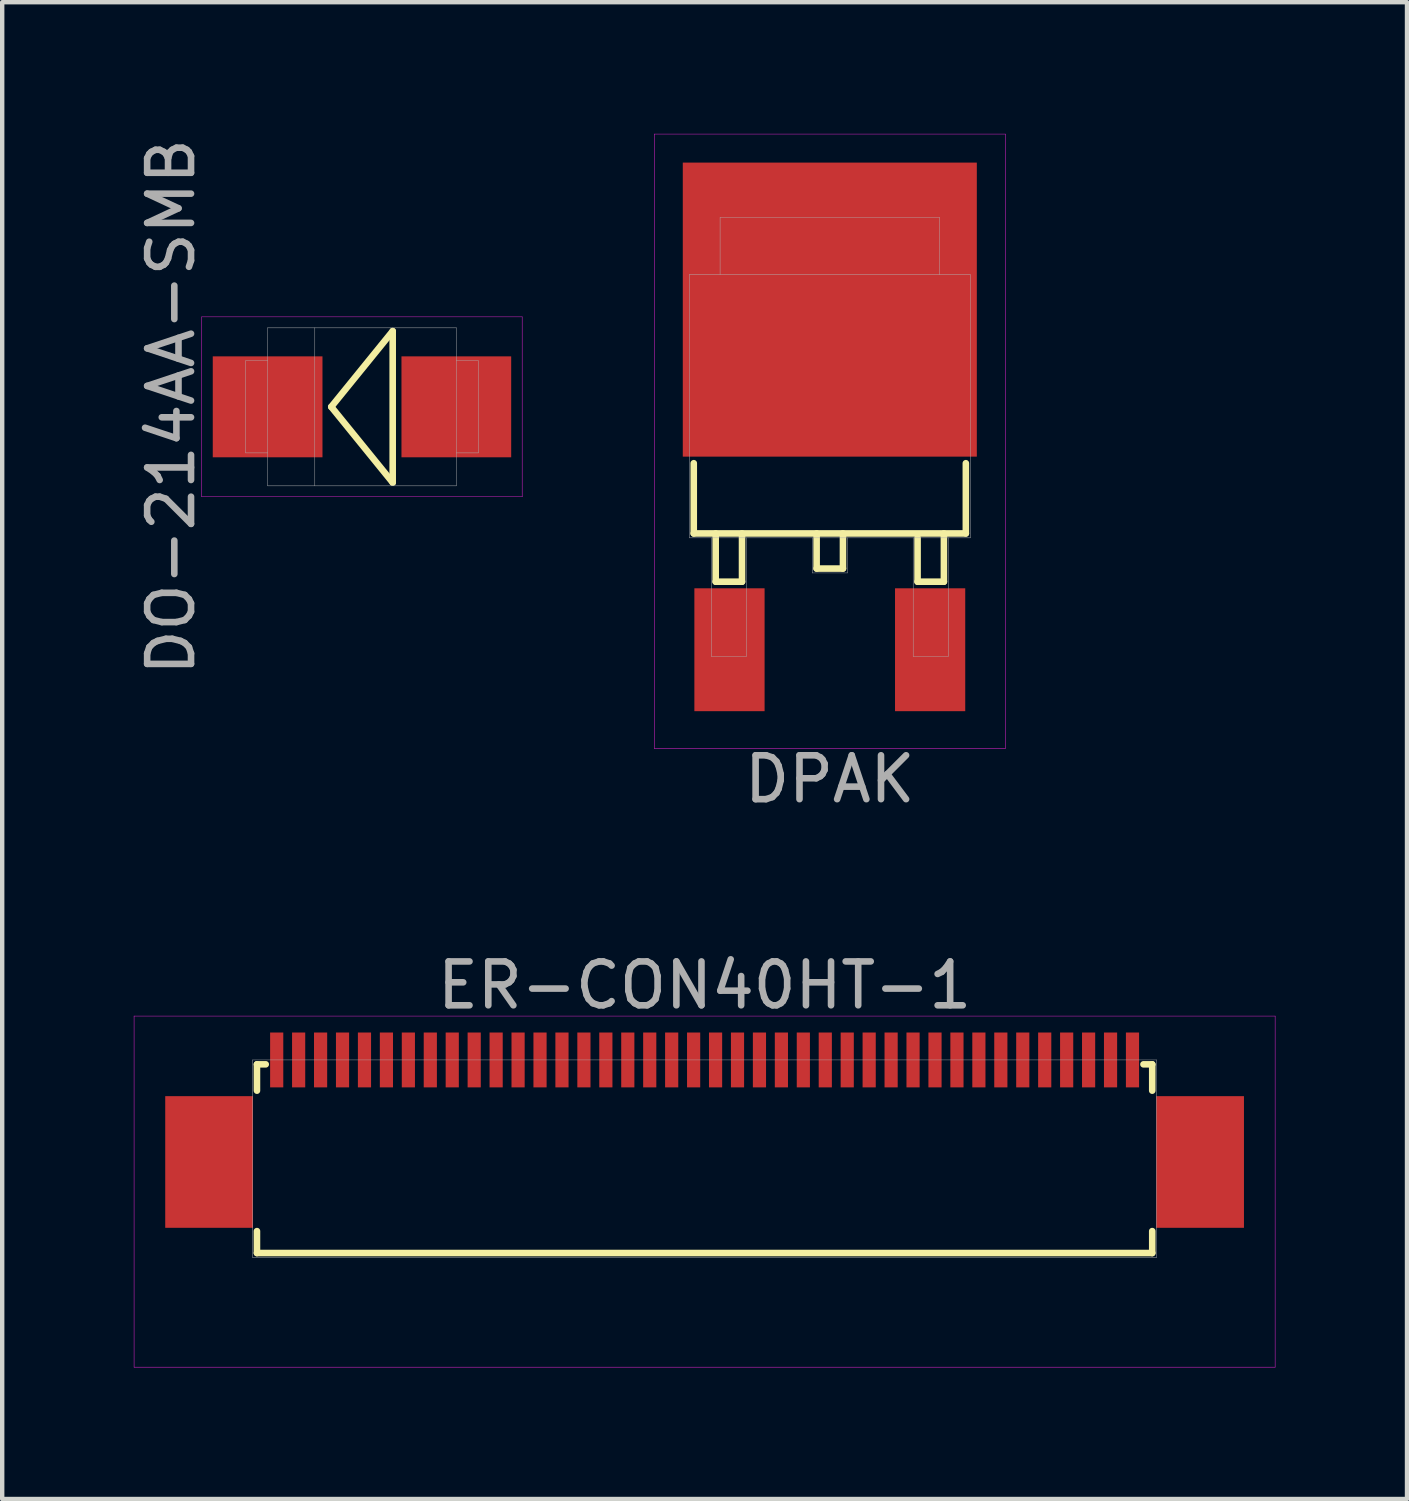
<source format=kicad_pcb>
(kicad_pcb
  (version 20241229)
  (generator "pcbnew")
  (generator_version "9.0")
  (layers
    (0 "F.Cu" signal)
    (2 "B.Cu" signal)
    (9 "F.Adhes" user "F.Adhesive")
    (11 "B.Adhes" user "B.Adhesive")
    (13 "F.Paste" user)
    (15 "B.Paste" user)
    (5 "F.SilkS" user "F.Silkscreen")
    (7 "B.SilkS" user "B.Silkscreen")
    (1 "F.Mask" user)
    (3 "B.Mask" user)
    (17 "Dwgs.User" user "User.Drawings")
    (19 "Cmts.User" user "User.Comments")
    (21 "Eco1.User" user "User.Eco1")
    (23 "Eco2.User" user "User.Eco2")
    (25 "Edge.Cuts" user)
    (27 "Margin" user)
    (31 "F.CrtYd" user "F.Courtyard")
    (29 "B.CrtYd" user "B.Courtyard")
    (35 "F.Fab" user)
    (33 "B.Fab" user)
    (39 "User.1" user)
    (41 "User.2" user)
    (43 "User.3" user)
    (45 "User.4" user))
  (footprint "DPAK"
    (layer "F.Cu")
    (at 15.858 4.005)
    (property "Reference" "DPAK" (at 0 10.7 0) (layer "F.Fab") (effects (font (size 1 1) (thickness 0.15))))
    (attr smd)
    (fp_line (start -3.1 3.5) (end -3.1 5.1) (stroke (width 0.15) (type solid)) (layer "F.SilkS"))
    (fp_line (start -3.1 5.1) (end 3.1 5.1) (stroke (width 0.15) (type solid)) (layer "F.SilkS"))
    (fp_line (start -2.6 5.1) (end -2.6 6.2) (stroke (width 0.15) (type solid)) (layer "F.SilkS"))
    (fp_line (start -2.6 6.2) (end -2 6.2) (stroke (width 0.15) (type solid)) (layer "F.SilkS"))
    (fp_line (start -2 6.2) (end -2 5.1) (stroke (width 0.15) (type solid)) (layer "F.SilkS"))
    (fp_line (start -0.3 5.1) (end -0.3 5.9) (stroke (width 0.15) (type solid)) (layer "F.SilkS"))
    (fp_line (start -0.3 5.9) (end 0.3 5.9) (stroke (width 0.15) (type solid)) (layer "F.SilkS"))
    (fp_line (start 0.3 5.9) (end 0.3 5.1) (stroke (width 0.15) (type solid)) (layer "F.SilkS"))
    (fp_line (start 2 5.2) (end 2 6.2) (stroke (width 0.15) (type solid)) (layer "F.SilkS"))
    (fp_line (start 2 6.2) (end 2.6 6.2) (stroke (width 0.15) (type solid)) (layer "F.SilkS"))
    (fp_line (start 2.6 6.2) (end 2.6 5.1) (stroke (width 0.15) (type solid)) (layer "F.SilkS"))
    (fp_line (start 3.1 5.1) (end 3.1 3.5) (stroke (width 0.15) (type solid)) (layer "F.SilkS"))
    (fp_line (start -4 -4) (end 4 -4) (stroke (width 0.01) (type solid)) (layer "F.CrtYd"))
    (fp_line (start -4 10) (end -4 -4) (stroke (width 0.01) (type solid)) (layer "F.CrtYd"))
    (fp_line (start 4 -4) (end 4 10) (stroke (width 0.01) (type solid)) (layer "F.CrtYd"))
    (fp_line (start 4 10) (end -4 10) (stroke (width 0.01) (type solid)) (layer "F.CrtYd"))
    (fp_line (start -3.2 -0.8) (end 3.2 -0.8) (stroke (width 0.01) (type solid)) (layer "F.Fab"))
    (fp_line (start -3.2 5.2) (end -3.2 -0.8) (stroke (width 0.01) (type solid)) (layer "F.Fab"))
    (fp_line (start -2.7 5.2) (end -2.7 7.9) (stroke (width 0.01) (type solid)) (layer "F.Fab"))
    (fp_line (start -2.7 7.9) (end -1.9 7.9) (stroke (width 0.01) (type solid)) (layer "F.Fab"))
    (fp_line (start -2.5 -2.1) (end 2.5 -2.1) (stroke (width 0.01) (type solid)) (layer "F.Fab"))
    (fp_line (start -2.5 -0.8) (end -2.5 -2.1) (stroke (width 0.01) (type solid)) (layer "F.Fab"))
    (fp_line (start -1.9 7.9) (end -1.9 5.2) (stroke (width 0.01) (type solid)) (layer "F.Fab"))
    (fp_line (start -0.4 5.2) (end -0.4 6) (stroke (width 0.01) (type solid)) (layer "F.Fab"))
    (fp_line (start -0.4 6) (end 0.4 6) (stroke (width 0.01) (type solid)) (layer "F.Fab"))
    (fp_line (start 0.4 6) (end 0.4 5.2) (stroke (width 0.01) (type solid)) (layer "F.Fab"))
    (fp_line (start 1.9 5.2) (end 1.9 7.9) (stroke (width 0.01) (type solid)) (layer "F.Fab"))
    (fp_line (start 1.9 7.9) (end 2.7 7.9) (stroke (width 0.01) (type solid)) (layer "F.Fab"))
    (fp_line (start 2.5 -2.1) (end 2.5 -0.8) (stroke (width 0.01) (type solid)) (layer "F.Fab"))
    (fp_line (start 2.7 7.9) (end 2.7 5.2) (stroke (width 0.01) (type solid)) (layer "F.Fab"))
    (fp_line (start 3.2 -0.8) (end 3.2 5.2) (stroke (width 0.01) (type solid)) (layer "F.Fab"))
    (fp_line (start 3.2 5.2) (end -3.2 5.2) (stroke (width 0.01) (type solid)) (layer "F.Fab"))
    (pad "1" smd rect (at -2.286 7.75) (size 1.6 2.8) (layers "F.Cu" "F.Mask" "F.Paste"))
    (pad "3" smd rect (at 2.286 7.75) (size 1.6 2.8) (layers "F.Cu" "F.Mask" "F.Paste"))
    (pad "4" smd rect (at 0 0) (size 6.7 6.7) (layers "F.Cu" "F.Mask" "F.Paste")))
  (footprint "DO-214AA-SMB"
    (layer "F.Cu")
    (at 5.198 6.22)
    (property "Reference" "DO-214AA-SMB" (at -4.35 0 90) (layer "F.Fab") (effects (font (size 1 1) (thickness 0.15))))
    (attr through_hole)
    (fp_line (start -0.7 0) (end 0.7 -1.725) (stroke (width 0.15) (type solid)) (layer "F.SilkS"))
    (fp_line (start -0.7 0) (end 0.7 1.725) (stroke (width 0.15) (type solid)) (layer "F.SilkS"))
    (fp_line (start 0.7 -1.725) (end 0.7 1.725) (stroke (width 0.15) (type solid)) (layer "F.SilkS"))
    (fp_line (start -3.65 -2.05) (end 3.65 -2.05) (stroke (width 0.01) (type solid)) (layer "F.CrtYd"))
    (fp_line (start -3.65 2.05) (end -3.65 -2.05) (stroke (width 0.01) (type solid)) (layer "F.CrtYd"))
    (fp_line (start 3.65 -2.05) (end 3.65 2.05) (stroke (width 0.01) (type solid)) (layer "F.CrtYd"))
    (fp_line (start 3.65 2.05) (end -3.65 2.05) (stroke (width 0.01) (type solid)) (layer "F.CrtYd"))
    (fp_line (start -2.65 -1.05) (end -2.65 1.05) (stroke (width 0.01) (type solid)) (layer "F.Fab"))
    (fp_line (start -2.65 -1.05) (end -2.15 -1.05) (stroke (width 0.01) (type solid)) (layer "F.Fab"))
    (fp_line (start -2.65 1.05) (end -2.15 1.05) (stroke (width 0.01) (type solid)) (layer "F.Fab"))
    (fp_line (start -2.15 -1.8) (end 2.15 -1.8) (stroke (width 0.01) (type solid)) (layer "F.Fab"))
    (fp_line (start -2.15 1.8) (end -2.15 -1.8) (stroke (width 0.01) (type solid)) (layer "F.Fab"))
    (fp_line (start -1.075 -1.8) (end -1.075 1.8) (stroke (width 0.01) (type solid)) (layer "F.Fab"))
    (fp_line (start 2.15 -1.8) (end 2.15 1.8) (stroke (width 0.01) (type solid)) (layer "F.Fab"))
    (fp_line (start 2.15 1.8) (end -2.15 1.8) (stroke (width 0.01) (type solid)) (layer "F.Fab"))
    (fp_line (start 2.65 -1.05) (end 2.15 -1.05) (stroke (width 0.01) (type solid)) (layer "F.Fab"))
    (fp_line (start 2.65 -1.05) (end 2.65 1.05) (stroke (width 0.01) (type solid)) (layer "F.Fab"))
    (fp_line (start 2.65 1.05) (end 2.15 1.05) (stroke (width 0.01) (type solid)) (layer "F.Fab"))
    (pad "1" smd rect (at -2.15 0) (size 2.5 2.3) (layers "F.Cu" "F.Mask" "F.Paste"))
    (pad "2" smd rect (at 2.15 0) (size 2.5 2.3) (layers "F.Cu" "F.Mask" "F.Paste")))
  (footprint "ER-CON40HT-1"
    (layer "F.Cu")
    (at 13.005 21.102)
    (property "Reference" "ER-CON40HT-1" (at 0 -1.7 0) (layer "F.Fab") (effects (font (size 1 1) (thickness 0.15))))
    (attr through_hole)
    (fp_line (start -10.2 0.1) (end -10.2 0.7) (stroke (width 0.15) (type solid)) (layer "F.SilkS"))
    (fp_line (start -10.2 4.4) (end -10.2 3.9) (stroke (width 0.15) (type solid)) (layer "F.SilkS"))
    (fp_line (start -10 0.1) (end -10.2 0.1) (stroke (width 0.15) (type solid)) (layer "F.SilkS"))
    (fp_line (start 10 0.1) (end 10.2 0.1) (stroke (width 0.15) (type solid)) (layer "F.SilkS"))
    (fp_line (start 10.2 0.1) (end 10.2 0.7) (stroke (width 0.15) (type solid)) (layer "F.SilkS"))
    (fp_line (start 10.2 3.9) (end 10.2 4.4) (stroke (width 0.15) (type solid)) (layer "F.SilkS"))
    (fp_line (start 10.2 4.4) (end -10.2 4.4) (stroke (width 0.15) (type solid)) (layer "F.SilkS"))
    (fp_line (start -13 -1) (end -13 7) (stroke (width 0.01) (type solid)) (layer "F.CrtYd"))
    (fp_line (start 13 -1) (end -13 -1) (stroke (width 0.01) (type solid)) (layer "F.CrtYd"))
    (fp_line (start 13 7) (end -13 7) (stroke (width 0.01) (type solid)) (layer "F.CrtYd"))
    (fp_line (start 13 7) (end 13 -1) (stroke (width 0.01) (type solid)) (layer "F.CrtYd"))
    (fp_line (start -10.3 0) (end -10.3 4.5) (stroke (width 0.01) (type solid)) (layer "F.Fab"))
    (fp_line (start -10.3 4.5) (end 10.3 4.5) (stroke (width 0.01) (type solid)) (layer "F.Fab"))
    (fp_line (start 10.3 0) (end -10.3 0) (stroke (width 0.01) (type solid)) (layer "F.Fab"))
    (fp_line (start 10.3 4.5) (end 10.3 0) (stroke (width 0.01) (type solid)) (layer "F.Fab"))
    (pad "" smd rect (at -11.29 2.325) (size 2 3) (layers "F.Cu" "F.Mask" "F.Paste"))
    (pad "" smd rect (at 11.29 2.325) (size 2 3) (layers "F.Cu" "F.Mask" "F.Paste"))
    (pad "1" smd rect (at 9.75 0) (size 0.3 1.25) (layers "F.Cu" "F.Mask" "F.Paste"))
    (pad "2" smd rect (at 9.25 0) (size 0.3 1.25) (layers "F.Cu" "F.Mask" "F.Paste"))
    (pad "3" smd rect (at 8.75 0) (size 0.3 1.25) (layers "F.Cu" "F.Mask" "F.Paste"))
    (pad "4" smd rect (at 8.25 0) (size 0.3 1.25) (layers "F.Cu" "F.Mask" "F.Paste"))
    (pad "5" smd rect (at 7.75 0) (size 0.3 1.25) (layers "F.Cu" "F.Mask" "F.Paste"))
    (pad "6" smd rect (at 7.25 0) (size 0.3 1.25) (layers "F.Cu" "F.Mask" "F.Paste"))
    (pad "7" smd rect (at 6.75 0) (size 0.3 1.25) (layers "F.Cu" "F.Mask" "F.Paste"))
    (pad "8" smd rect (at 6.25 0) (size 0.3 1.25) (layers "F.Cu" "F.Mask" "F.Paste"))
    (pad "9" smd rect (at 5.75 0) (size 0.3 1.25) (layers "F.Cu" "F.Mask" "F.Paste"))
    (pad "10" smd rect (at 5.25 0) (size 0.3 1.25) (layers "F.Cu" "F.Mask" "F.Paste"))
    (pad "11" smd rect (at 4.75 0) (size 0.3 1.25) (layers "F.Cu" "F.Mask" "F.Paste"))
    (pad "12" smd rect (at 4.25 0) (size 0.3 1.25) (layers "F.Cu" "F.Mask" "F.Paste"))
    (pad "13" smd rect (at 3.75 0) (size 0.3 1.25) (layers "F.Cu" "F.Mask" "F.Paste"))
    (pad "14" smd rect (at 3.25 0) (size 0.3 1.25) (layers "F.Cu" "F.Mask" "F.Paste"))
    (pad "15" smd rect (at 2.75 0) (size 0.3 1.25) (layers "F.Cu" "F.Mask" "F.Paste"))
    (pad "16" smd rect (at 2.25 0) (size 0.3 1.25) (layers "F.Cu" "F.Mask" "F.Paste"))
    (pad "17" smd rect (at 1.75 0) (size 0.3 1.25) (layers "F.Cu" "F.Mask" "F.Paste"))
    (pad "18" smd rect (at 1.25 0) (size 0.3 1.25) (layers "F.Cu" "F.Mask" "F.Paste"))
    (pad "19" smd rect (at 0.75 0) (size 0.3 1.25) (layers "F.Cu" "F.Mask" "F.Paste"))
    (pad "20" smd rect (at 0.25 0) (size 0.3 1.25) (layers "F.Cu" "F.Mask" "F.Paste"))
    (pad "21" smd rect (at -0.25 0) (size 0.3 1.25) (layers "F.Cu" "F.Mask" "F.Paste"))
    (pad "22" smd rect (at -0.75 0) (size 0.3 1.25) (layers "F.Cu" "F.Mask" "F.Paste"))
    (pad "23" smd rect (at -1.25 0) (size 0.3 1.25) (layers "F.Cu" "F.Mask" "F.Paste"))
    (pad "24" smd rect (at -1.75 0) (size 0.3 1.25) (layers "F.Cu" "F.Mask" "F.Paste"))
    (pad "25" smd rect (at -2.25 0) (size 0.3 1.25) (layers "F.Cu" "F.Mask" "F.Paste"))
    (pad "26" smd rect (at -2.75 0) (size 0.3 1.25) (layers "F.Cu" "F.Mask" "F.Paste"))
    (pad "27" smd rect (at -3.25 0) (size 0.3 1.25) (layers "F.Cu" "F.Mask" "F.Paste"))
    (pad "28" smd rect (at -3.75 0) (size 0.3 1.25) (layers "F.Cu" "F.Mask" "F.Paste"))
    (pad "29" smd rect (at -4.25 0) (size 0.3 1.25) (layers "F.Cu" "F.Mask" "F.Paste"))
    (pad "30" smd rect (at -4.75 0) (size 0.3 1.25) (layers "F.Cu" "F.Mask" "F.Paste"))
    (pad "31" smd rect (at -5.25 0) (size 0.3 1.25) (layers "F.Cu" "F.Mask" "F.Paste"))
    (pad "32" smd rect (at -5.75 0) (size 0.3 1.25) (layers "F.Cu" "F.Mask" "F.Paste"))
    (pad "33" smd rect (at -6.25 0) (size 0.3 1.25) (layers "F.Cu" "F.Mask" "F.Paste"))
    (pad "34" smd rect (at -6.75 0) (size 0.3 1.25) (layers "F.Cu" "F.Mask" "F.Paste"))
    (pad "35" smd rect (at -7.25 0) (size 0.3 1.25) (layers "F.Cu" "F.Mask" "F.Paste"))
    (pad "36" smd rect (at -7.75 0) (size 0.3 1.25) (layers "F.Cu" "F.Mask" "F.Paste"))
    (pad "37" smd rect (at -8.25 0) (size 0.3 1.25) (layers "F.Cu" "F.Mask" "F.Paste"))
    (pad "38" smd rect (at -8.75 0) (size 0.3 1.25) (layers "F.Cu" "F.Mask" "F.Paste"))
    (pad "39" smd rect (at -9.25 0) (size 0.3 1.25) (layers "F.Cu" "F.Mask" "F.Paste"))
    (pad "40" smd rect (at -9.75 0) (size 0.3 1.25) (layers "F.Cu" "F.Mask" "F.Paste")))
  (gr_rect
    (start -3 -3)
    (end 29.01 31.107)
    (stroke (width 0.1) (type default))
    (fill no)
    (layer "Edge.Cuts")))
</source>
